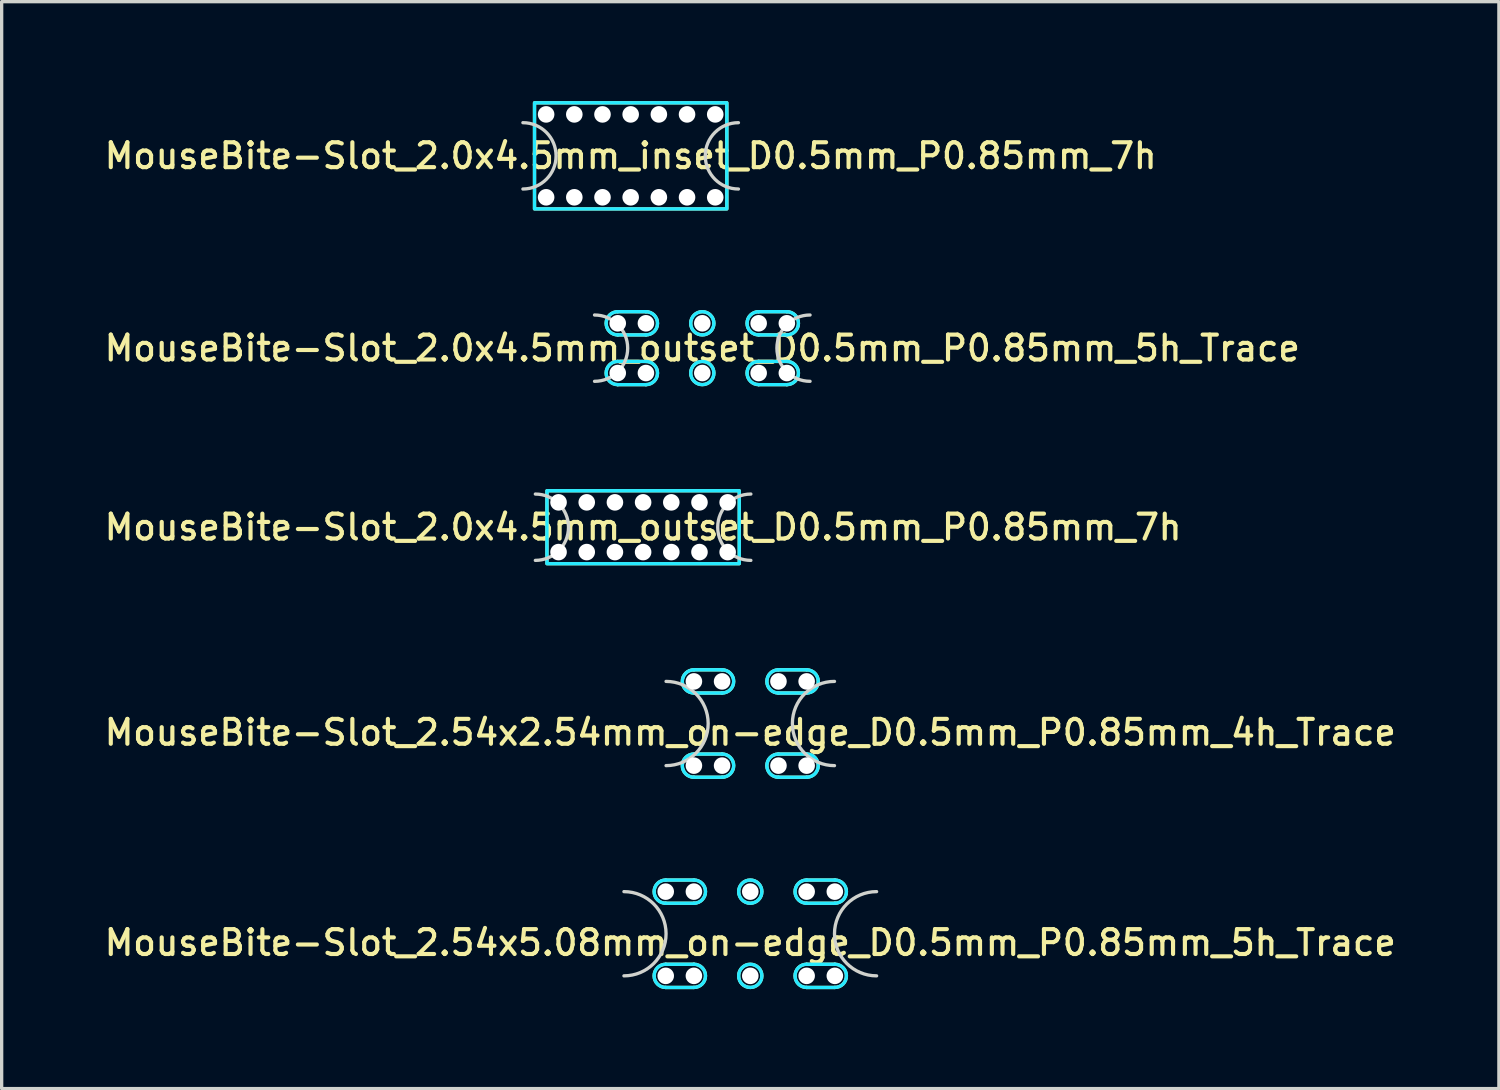
<source format=kicad_pcb>
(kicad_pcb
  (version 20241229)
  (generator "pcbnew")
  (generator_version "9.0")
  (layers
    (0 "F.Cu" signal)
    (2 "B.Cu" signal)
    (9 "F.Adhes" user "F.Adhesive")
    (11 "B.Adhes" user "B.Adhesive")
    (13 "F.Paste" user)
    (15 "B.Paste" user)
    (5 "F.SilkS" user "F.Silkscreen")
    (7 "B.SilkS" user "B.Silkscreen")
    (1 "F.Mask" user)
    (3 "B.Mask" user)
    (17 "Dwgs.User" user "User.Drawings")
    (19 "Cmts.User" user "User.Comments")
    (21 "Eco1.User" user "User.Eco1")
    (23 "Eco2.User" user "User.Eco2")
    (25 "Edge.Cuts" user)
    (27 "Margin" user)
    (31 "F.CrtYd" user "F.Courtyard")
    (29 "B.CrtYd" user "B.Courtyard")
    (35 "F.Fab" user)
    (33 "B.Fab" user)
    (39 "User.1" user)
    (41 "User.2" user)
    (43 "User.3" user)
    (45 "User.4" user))
  (footprint "MouseBite-Slot_2.54x2.54mm_on-edge_D0.5mm_P0.85mm_4h_Trace"
    (layer "F.Cu")
    (at 19.577 20.04)
    (property "Reference" "MouseBite-Slot_2.54x2.54mm_on-edge_D0.5mm_P0.85mm_4h_Trace" (at 0 -1 0) (layer "F.SilkS") (effects (font (size 0.75 0.75) (thickness 0.125))))
    (attr board_only exclude_from_pos_files exclude_from_bom dnp)
    (fp_line (start -1.7 -2.19) (end -0.85 -2.19) (stroke (width 0.1) (type solid)) (layer "F.SilkS"))
    (fp_line (start -1.7 0.35) (end -0.85 0.35) (stroke (width 0.1) (type solid)) (layer "F.SilkS"))
    (fp_line (start -0.85 -2.89) (end -1.7 -2.89) (stroke (width 0.1) (type solid)) (layer "F.SilkS"))
    (fp_line (start -0.85 -0.35) (end -1.7 -0.35) (stroke (width 0.1) (type solid)) (layer "F.SilkS"))
    (fp_line (start 0.85 -2.19) (end 1.7 -2.19) (stroke (width 0.1) (type solid)) (layer "F.SilkS"))
    (fp_line (start 0.85 0.35) (end 1.7 0.35) (stroke (width 0.1) (type solid)) (layer "F.SilkS"))
    (fp_line (start 1.7 -2.89) (end 0.85 -2.89) (stroke (width 0.1) (type solid)) (layer "F.SilkS"))
    (fp_line (start 1.7 -0.35) (end 0.85 -0.35) (stroke (width 0.1) (type solid)) (layer "F.SilkS"))
    (fp_arc (start -1.7 -2.19) (mid -2.05 -2.54) (end -1.7 -2.89) (stroke (width 0.1) (type solid)) (layer "F.SilkS"))
    (fp_arc (start -1.7 0.35) (mid -2.05 0) (end -1.7 -0.35) (stroke (width 0.1) (type solid)) (layer "F.SilkS"))
    (fp_arc (start -0.85 -2.89) (mid -0.5 -2.54) (end -0.85 -2.19) (stroke (width 0.1) (type solid)) (layer "F.SilkS"))
    (fp_arc (start -0.85 -0.35) (mid -0.5 0) (end -0.85 0.35) (stroke (width 0.1) (type solid)) (layer "F.SilkS"))
    (fp_arc (start 0.85 -2.19) (mid 0.5 -2.54) (end 0.85 -2.89) (stroke (width 0.1) (type solid)) (layer "F.SilkS"))
    (fp_arc (start 0.85 0.35) (mid 0.5 0) (end 0.85 -0.35) (stroke (width 0.1) (type solid)) (layer "F.SilkS"))
    (fp_arc (start 1.7 -2.89) (mid 2.05 -2.54) (end 1.7 -2.19) (stroke (width 0.1) (type solid)) (layer "F.SilkS"))
    (fp_arc (start 1.7 -0.35) (mid 2.05 0) (end 1.7 0.35) (stroke (width 0.1) (type solid)) (layer "F.SilkS"))
    (fp_arc (start -2.54 -2.54) (mid -1.27 -1.27) (end -2.54 0) (stroke (width 0.1) (type solid)) (layer "Edge.Cuts"))
    (fp_arc (start 2.54 0) (mid 1.27 -1.27) (end 2.54 -2.54) (stroke (width 0.1) (type solid)) (layer "Edge.Cuts"))
    (fp_line (start -1.7 -2.19) (end -0.85 -2.19) (stroke (width 0.1) (type solid)) (layer "B.CrtYd"))
    (fp_line (start -1.7 0.35) (end -0.85 0.35) (stroke (width 0.1) (type solid)) (layer "B.CrtYd"))
    (fp_line (start -0.85 -2.89) (end -1.7 -2.89) (stroke (width 0.1) (type solid)) (layer "B.CrtYd"))
    (fp_line (start -0.85 -0.35) (end -1.7 -0.35) (stroke (width 0.1) (type solid)) (layer "B.CrtYd"))
    (fp_line (start 0.85 -2.19) (end 1.7 -2.19) (stroke (width 0.1) (type solid)) (layer "B.CrtYd"))
    (fp_line (start 0.85 0.35) (end 1.7 0.35) (stroke (width 0.1) (type solid)) (layer "B.CrtYd"))
    (fp_line (start 1.7 -2.89) (end 0.85 -2.89) (stroke (width 0.1) (type solid)) (layer "B.CrtYd"))
    (fp_line (start 1.7 -0.35) (end 0.85 -0.35) (stroke (width 0.1) (type solid)) (layer "B.CrtYd"))
    (fp_arc (start -1.7 -2.19) (mid -2.05 -2.54) (end -1.7 -2.89) (stroke (width 0.1) (type solid)) (layer "B.CrtYd"))
    (fp_arc (start -1.7 0.35) (mid -2.05 0) (end -1.7 -0.35) (stroke (width 0.1) (type solid)) (layer "B.CrtYd"))
    (fp_arc (start -0.85 -2.89) (mid -0.5 -2.54) (end -0.85 -2.19) (stroke (width 0.1) (type solid)) (layer "B.CrtYd"))
    (fp_arc (start -0.85 -0.35) (mid -0.5 0) (end -0.85 0.35) (stroke (width 0.1) (type solid)) (layer "B.CrtYd"))
    (fp_arc (start 0.85 -2.19) (mid 0.5 -2.54) (end 0.85 -2.89) (stroke (width 0.1) (type solid)) (layer "B.CrtYd"))
    (fp_arc (start 0.85 0.35) (mid 0.5 0) (end 0.85 -0.35) (stroke (width 0.1) (type solid)) (layer "B.CrtYd"))
    (fp_arc (start 1.7 -2.89) (mid 2.05 -2.54) (end 1.7 -2.19) (stroke (width 0.1) (type solid)) (layer "B.CrtYd"))
    (fp_arc (start 1.7 -0.35) (mid 2.05 0) (end 1.7 0.35) (stroke (width 0.1) (type solid)) (layer "B.CrtYd"))
    (pad "" np_thru_hole circle (at -1.7 -2.54) (size 0.5 0.5) (drill 0.5) (layers "*.Cu" "*.Mask"))
    (pad "" np_thru_hole circle (at -1.7 0 180) (size 0.5 0.5) (drill 0.5) (layers "*.Cu" "*.Mask"))
    (pad "" np_thru_hole circle (at -0.85 -2.54) (size 0.5 0.5) (drill 0.5) (layers "*.Cu" "*.Mask"))
    (pad "" np_thru_hole circle (at -0.85 0 180) (size 0.5 0.5) (drill 0.5) (layers "*.Cu" "*.Mask"))
    (pad "" np_thru_hole circle (at 0.85 -2.54) (size 0.5 0.5) (drill 0.5) (layers "*.Cu" "*.Mask"))
    (pad "" np_thru_hole circle (at 0.85 0 180) (size 0.5 0.5) (drill 0.5) (layers "*.Cu" "*.Mask"))
    (pad "" np_thru_hole circle (at 1.7 -2.54) (size 0.5 0.5) (drill 0.5) (layers "*.Cu" "*.Mask"))
    (pad "" np_thru_hole circle (at 1.7 0 180) (size 0.5 0.5) (drill 0.5) (layers "*.Cu" "*.Mask")))
  (footprint "MouseBite-Slot_2.54x5.08mm_on-edge_D0.5mm_P0.85mm_5h_Trace"
    (layer "F.Cu")
    (at 19.577 26.38)
    (property "Reference" "MouseBite-Slot_2.54x5.08mm_on-edge_D0.5mm_P0.85mm_5h_Trace" (at 0 -1 0) (layer "F.SilkS") (effects (font (size 0.75 0.75) (thickness 0.125))))
    (attr board_only exclude_from_pos_files exclude_from_bom dnp)
    (fp_line (start -2.55 -2.19) (end -1.7 -2.19) (stroke (width 0.1) (type solid)) (layer "F.SilkS"))
    (fp_line (start -2.55 0.35) (end -1.7 0.35) (stroke (width 0.1) (type solid)) (layer "F.SilkS"))
    (fp_line (start -1.7 -2.89) (end -2.55 -2.89) (stroke (width 0.1) (type solid)) (layer "F.SilkS"))
    (fp_line (start -1.7 -0.35) (end -2.55 -0.35) (stroke (width 0.1) (type solid)) (layer "F.SilkS"))
    (fp_line (start 1.7 -2.19) (end 2.55 -2.19) (stroke (width 0.1) (type solid)) (layer "F.SilkS"))
    (fp_line (start 1.7 0.35) (end 2.55 0.35) (stroke (width 0.1) (type solid)) (layer "F.SilkS"))
    (fp_line (start 2.55 -2.89) (end 1.7 -2.89) (stroke (width 0.1) (type solid)) (layer "F.SilkS"))
    (fp_line (start 2.55 -0.35) (end 1.7 -0.35) (stroke (width 0.1) (type solid)) (layer "F.SilkS"))
    (fp_arc (start -2.55 -2.19) (mid -2.9 -2.54) (end -2.55 -2.89) (stroke (width 0.1) (type solid)) (layer "F.SilkS"))
    (fp_arc (start -2.55 0.35) (mid -2.9 0) (end -2.55 -0.35) (stroke (width 0.1) (type solid)) (layer "F.SilkS"))
    (fp_arc (start -1.7 -2.89) (mid -1.35 -2.54) (end -1.7 -2.19) (stroke (width 0.1) (type solid)) (layer "F.SilkS"))
    (fp_arc (start -1.7 -0.35) (mid -1.35 0) (end -1.7 0.35) (stroke (width 0.1) (type solid)) (layer "F.SilkS"))
    (fp_arc (start 1.7 -2.19) (mid 1.35 -2.54) (end 1.7 -2.89) (stroke (width 0.1) (type solid)) (layer "F.SilkS"))
    (fp_arc (start 1.7 0.35) (mid 1.35 0) (end 1.7 -0.35) (stroke (width 0.1) (type solid)) (layer "F.SilkS"))
    (fp_arc (start 2.55 -2.89) (mid 2.9 -2.54) (end 2.55 -2.19) (stroke (width 0.1) (type solid)) (layer "F.SilkS"))
    (fp_arc (start 2.55 -0.35) (mid 2.9 0) (end 2.55 0.35) (stroke (width 0.1) (type solid)) (layer "F.SilkS"))
    (fp_circle (center 0 -2.54) (end -0.35 -2.54) (stroke (width 0.1) (type solid)) (fill no) (layer "F.SilkS"))
    (fp_circle (center 0 0) (end 0.35 0) (stroke (width 0.1) (type solid)) (fill no) (layer "F.SilkS"))
    (fp_arc (start -3.81 -2.54) (mid -2.54 -1.27) (end -3.81 0) (stroke (width 0.1) (type solid)) (layer "Edge.Cuts"))
    (fp_arc (start 3.81 0) (mid 2.54 -1.27) (end 3.81 -2.54) (stroke (width 0.1) (type solid)) (layer "Edge.Cuts"))
    (fp_line (start -2.55 -2.19) (end -1.7 -2.19) (stroke (width 0.1) (type solid)) (layer "B.CrtYd"))
    (fp_line (start -2.55 0.35) (end -1.7 0.35) (stroke (width 0.1) (type solid)) (layer "B.CrtYd"))
    (fp_line (start -1.7 -2.89) (end -2.55 -2.89) (stroke (width 0.1) (type solid)) (layer "B.CrtYd"))
    (fp_line (start -1.7 -0.35) (end -2.55 -0.35) (stroke (width 0.1) (type solid)) (layer "B.CrtYd"))
    (fp_line (start 1.7 -2.19) (end 2.55 -2.19) (stroke (width 0.1) (type solid)) (layer "B.CrtYd"))
    (fp_line (start 1.7 0.35) (end 2.55 0.35) (stroke (width 0.1) (type solid)) (layer "B.CrtYd"))
    (fp_line (start 2.55 -2.89) (end 1.7 -2.89) (stroke (width 0.1) (type solid)) (layer "B.CrtYd"))
    (fp_line (start 2.55 -0.35) (end 1.7 -0.35) (stroke (width 0.1) (type solid)) (layer "B.CrtYd"))
    (fp_arc (start -2.55 -2.19) (mid -2.9 -2.54) (end -2.55 -2.89) (stroke (width 0.1) (type solid)) (layer "B.CrtYd"))
    (fp_arc (start -2.55 0.35) (mid -2.9 0) (end -2.55 -0.35) (stroke (width 0.1) (type solid)) (layer "B.CrtYd"))
    (fp_arc (start -1.7 -2.89) (mid -1.35 -2.54) (end -1.7 -2.19) (stroke (width 0.1) (type solid)) (layer "B.CrtYd"))
    (fp_arc (start -1.7 -0.35) (mid -1.35 0) (end -1.7 0.35) (stroke (width 0.1) (type solid)) (layer "B.CrtYd"))
    (fp_arc (start 1.7 -2.19) (mid 1.35 -2.54) (end 1.7 -2.89) (stroke (width 0.1) (type solid)) (layer "B.CrtYd"))
    (fp_arc (start 1.7 0.35) (mid 1.35 0) (end 1.7 -0.35) (stroke (width 0.1) (type solid)) (layer "B.CrtYd"))
    (fp_arc (start 2.55 -2.89) (mid 2.9 -2.54) (end 2.55 -2.19) (stroke (width 0.1) (type solid)) (layer "B.CrtYd"))
    (fp_arc (start 2.55 -0.35) (mid 2.9 0) (end 2.55 0.35) (stroke (width 0.1) (type solid)) (layer "B.CrtYd"))
    (fp_circle (center 0 -2.54) (end -0.35 -2.54) (stroke (width 0.1) (type solid)) (fill no) (layer "B.CrtYd"))
    (fp_circle (center 0 0) (end 0.35 0) (stroke (width 0.1) (type solid)) (fill no) (layer "B.CrtYd"))
    (pad "" np_thru_hole circle (at -2.55 -2.54) (size 0.5 0.5) (drill 0.5) (layers "*.Cu" "*.Mask"))
    (pad "" np_thru_hole circle (at -2.55 0 180) (size 0.5 0.5) (drill 0.5) (layers "*.Cu" "*.Mask"))
    (pad "" np_thru_hole circle (at -1.7 -2.54) (size 0.5 0.5) (drill 0.5) (layers "*.Cu" "*.Mask"))
    (pad "" np_thru_hole circle (at -1.7 0 180) (size 0.5 0.5) (drill 0.5) (layers "*.Cu" "*.Mask"))
    (pad "" np_thru_hole circle (at 0 -2.54) (size 0.5 0.5) (drill 0.5) (layers "*.Cu" "*.Mask"))
    (pad "" np_thru_hole circle (at 0 0 180) (size 0.5 0.5) (drill 0.5) (layers "*.Cu" "*.Mask"))
    (pad "" np_thru_hole circle (at 1.7 -2.54) (size 0.5 0.5) (drill 0.5) (layers "*.Cu" "*.Mask"))
    (pad "" np_thru_hole circle (at 1.7 0 180) (size 0.5 0.5) (drill 0.5) (layers "*.Cu" "*.Mask"))
    (pad "" np_thru_hole circle (at 2.55 -2.54) (size 0.5 0.5) (drill 0.5) (layers "*.Cu" "*.Mask"))
    (pad "" np_thru_hole circle (at 2.55 0 180) (size 0.5 0.5) (drill 0.5) (layers "*.Cu" "*.Mask")))
  (footprint "MouseBite-Slot_2.0x4.5mm_outset_D0.5mm_P0.85mm_5h_Trace"
    (layer "F.Cu")
    (at 18.13 8.45)
    (property "Reference" "MouseBite-Slot_2.0x4.5mm_outset_D0.5mm_P0.85mm_5h_Trace" (at 0 -1 0) (layer "F.SilkS") (effects (font (size 0.75 0.75) (thickness 0.125))))
    (attr board_only exclude_from_pos_files exclude_from_bom dnp)
    (fp_line (start -2.55 -1.4) (end -1.7 -1.4) (stroke (width 0.1) (type solid)) (layer "F.SilkS"))
    (fp_line (start -2.55 0.1) (end -1.7 0.1) (stroke (width 0.1) (type solid)) (layer "F.SilkS"))
    (fp_line (start -1.7 -2.1) (end -2.55 -2.1) (stroke (width 0.1) (type solid)) (layer "F.SilkS"))
    (fp_line (start -1.7 -0.6) (end -2.55 -0.6) (stroke (width 0.1) (type solid)) (layer "F.SilkS"))
    (fp_line (start 1.7 -1.4) (end 2.55 -1.4) (stroke (width 0.1) (type solid)) (layer "F.SilkS"))
    (fp_line (start 1.7 0.1) (end 2.55 0.1) (stroke (width 0.1) (type solid)) (layer "F.SilkS"))
    (fp_line (start 2.55 -2.1) (end 1.7 -2.1) (stroke (width 0.1) (type solid)) (layer "F.SilkS"))
    (fp_line (start 2.55 -0.6) (end 1.7 -0.6) (stroke (width 0.1) (type solid)) (layer "F.SilkS"))
    (fp_arc (start -2.55 -1.4) (mid -2.9 -1.75) (end -2.55 -2.1) (stroke (width 0.1) (type solid)) (layer "F.SilkS"))
    (fp_arc (start -2.55 0.1) (mid -2.9 -0.25) (end -2.55 -0.6) (stroke (width 0.1) (type solid)) (layer "F.SilkS"))
    (fp_arc (start -1.7 -2.1) (mid -1.35 -1.75) (end -1.7 -1.4) (stroke (width 0.1) (type solid)) (layer "F.SilkS"))
    (fp_arc (start -1.7 -0.6) (mid -1.35 -0.25) (end -1.7 0.1) (stroke (width 0.1) (type solid)) (layer "F.SilkS"))
    (fp_arc (start 1.7 -1.4) (mid 1.35 -1.75) (end 1.7 -2.1) (stroke (width 0.1) (type solid)) (layer "F.SilkS"))
    (fp_arc (start 1.7 0.1) (mid 1.35 -0.25) (end 1.7 -0.6) (stroke (width 0.1) (type solid)) (layer "F.SilkS"))
    (fp_arc (start 2.55 -2.1) (mid 2.9 -1.75) (end 2.55 -1.4) (stroke (width 0.1) (type solid)) (layer "F.SilkS"))
    (fp_arc (start 2.55 -0.6) (mid 2.9 -0.25) (end 2.55 0.1) (stroke (width 0.1) (type solid)) (layer "F.SilkS"))
    (fp_circle (center 0 -1.75) (end 0.35 -1.75) (stroke (width 0.1) (type solid)) (fill no) (layer "F.SilkS"))
    (fp_circle (center 0 -0.25) (end 0.35 -0.25) (stroke (width 0.1) (type solid)) (fill no) (layer "F.SilkS"))
    (fp_arc (start -3.25 -2) (mid -2.25 -1) (end -3.25 0) (stroke (width 0.1) (type solid)) (layer "Edge.Cuts"))
    (fp_arc (start 3.25 0) (mid 2.25 -1) (end 3.25 -2) (stroke (width 0.1) (type solid)) (layer "Edge.Cuts"))
    (fp_line (start -2.55 -1.4) (end -1.7 -1.4) (stroke (width 0.1) (type solid)) (layer "B.CrtYd"))
    (fp_line (start -2.55 0.1) (end -1.7 0.1) (stroke (width 0.1) (type solid)) (layer "B.CrtYd"))
    (fp_line (start -1.7 -2.1) (end -2.55 -2.1) (stroke (width 0.1) (type solid)) (layer "B.CrtYd"))
    (fp_line (start -1.7 -0.6) (end -2.55 -0.6) (stroke (width 0.1) (type solid)) (layer "B.CrtYd"))
    (fp_line (start 1.7 -1.4) (end 2.55 -1.4) (stroke (width 0.1) (type solid)) (layer "B.CrtYd"))
    (fp_line (start 1.7 0.1) (end 2.55 0.1) (stroke (width 0.1) (type solid)) (layer "B.CrtYd"))
    (fp_line (start 2.55 -2.1) (end 1.7 -2.1) (stroke (width 0.1) (type solid)) (layer "B.CrtYd"))
    (fp_line (start 2.55 -0.6) (end 1.7 -0.6) (stroke (width 0.1) (type solid)) (layer "B.CrtYd"))
    (fp_arc (start -2.55 -1.4) (mid -2.9 -1.75) (end -2.55 -2.1) (stroke (width 0.1) (type solid)) (layer "B.CrtYd"))
    (fp_arc (start -2.55 0.1) (mid -2.9 -0.25) (end -2.55 -0.6) (stroke (width 0.1) (type solid)) (layer "B.CrtYd"))
    (fp_arc (start -1.7 -2.1) (mid -1.35 -1.75) (end -1.7 -1.4) (stroke (width 0.1) (type solid)) (layer "B.CrtYd"))
    (fp_arc (start -1.7 -0.6) (mid -1.35 -0.25) (end -1.7 0.1) (stroke (width 0.1) (type solid)) (layer "B.CrtYd"))
    (fp_arc (start 1.7 -1.4) (mid 1.35 -1.75) (end 1.7 -2.1) (stroke (width 0.1) (type solid)) (layer "B.CrtYd"))
    (fp_arc (start 1.7 0.1) (mid 1.35 -0.25) (end 1.7 -0.6) (stroke (width 0.1) (type solid)) (layer "B.CrtYd"))
    (fp_arc (start 2.55 -2.1) (mid 2.9 -1.75) (end 2.55 -1.4) (stroke (width 0.1) (type solid)) (layer "B.CrtYd"))
    (fp_arc (start 2.55 -0.6) (mid 2.9 -0.25) (end 2.55 0.1) (stroke (width 0.1) (type solid)) (layer "B.CrtYd"))
    (fp_circle (center 0 -1.75) (end 0.35 -1.75) (stroke (width 0.1) (type solid)) (fill no) (layer "B.CrtYd"))
    (fp_circle (center 0 -0.25) (end 0.35 -0.25) (stroke (width 0.1) (type solid)) (fill no) (layer "B.CrtYd"))
    (pad "" np_thru_hole circle (at -2.55 -1.75 180) (size 0.5 0.5) (drill 0.5) (layers "*.Cu" "*.Mask"))
    (pad "" np_thru_hole circle (at -2.55 -0.25 180) (size 0.5 0.5) (drill 0.5) (layers "*.Cu" "*.Mask"))
    (pad "" np_thru_hole circle (at -1.7 -1.75 180) (size 0.5 0.5) (drill 0.5) (layers "*.Cu" "*.Mask"))
    (pad "" np_thru_hole circle (at -1.7 -0.25 180) (size 0.5 0.5) (drill 0.5) (layers "*.Cu" "*.Mask"))
    (pad "" np_thru_hole circle (at 0 -1.75 180) (size 0.5 0.5) (drill 0.5) (layers "*.Cu" "*.Mask"))
    (pad "" np_thru_hole circle (at 0 -0.25 180) (size 0.5 0.5) (drill 0.5) (layers "*.Cu" "*.Mask"))
    (pad "" np_thru_hole circle (at 1.7 -1.75 180) (size 0.5 0.5) (drill 0.5) (layers "*.Cu" "*.Mask"))
    (pad "" np_thru_hole circle (at 1.7 -0.25 180) (size 0.5 0.5) (drill 0.5) (layers "*.Cu" "*.Mask"))
    (pad "" np_thru_hole circle (at 2.55 -1.75 180) (size 0.5 0.5) (drill 0.5) (layers "*.Cu" "*.Mask"))
    (pad "" np_thru_hole circle (at 2.55 -0.25 180) (size 0.5 0.5) (drill 0.5) (layers "*.Cu" "*.Mask")))
  (footprint "MouseBite-Slot_2.0x4.5mm_outset_D0.5mm_P0.85mm_7h"
    (layer "F.Cu")
    (at 16.345 13.85)
    (property "Reference" "MouseBite-Slot_2.0x4.5mm_outset_D0.5mm_P0.85mm_7h" (at 0 -1 0) (layer "F.SilkS") (effects (font (size 0.75 0.75) (thickness 0.125))))
    (attr board_only exclude_from_pos_files exclude_from_bom dnp)
    (fp_rect (start -2.9 -2.1) (end 2.9 0.1) (stroke (width 0.1) (type solid)) (fill no) (layer "F.SilkS"))
    (fp_arc (start -3.25 -2) (mid -2.25 -1) (end -3.25 0) (stroke (width 0.1) (type solid)) (layer "Edge.Cuts"))
    (fp_arc (start 3.25 0) (mid 2.25 -1) (end 3.25 -2) (stroke (width 0.1) (type solid)) (layer "Edge.Cuts"))
    (fp_rect (start -2.9 -2.1) (end 2.9 0.1) (stroke (width 0.1) (type solid)) (fill no) (layer "B.CrtYd"))
    (pad "" np_thru_hole circle (at -2.55 -1.75 180) (size 0.5 0.5) (drill 0.5) (layers "*.Cu" "*.Mask"))
    (pad "" np_thru_hole circle (at -2.55 -0.25 180) (size 0.5 0.5) (drill 0.5) (layers "*.Cu" "*.Mask"))
    (pad "" np_thru_hole circle (at -1.7 -1.75 180) (size 0.5 0.5) (drill 0.5) (layers "*.Cu" "*.Mask"))
    (pad "" np_thru_hole circle (at -1.7 -0.25 180) (size 0.5 0.5) (drill 0.5) (layers "*.Cu" "*.Mask"))
    (pad "" np_thru_hole circle (at -0.85 -1.75 180) (size 0.5 0.5) (drill 0.5) (layers "*.Cu" "*.Mask"))
    (pad "" np_thru_hole circle (at -0.85 -0.25 180) (size 0.5 0.5) (drill 0.5) (layers "*.Cu" "*.Mask"))
    (pad "" np_thru_hole circle (at 0 -1.75 180) (size 0.5 0.5) (drill 0.5) (layers "*.Cu" "*.Mask"))
    (pad "" np_thru_hole circle (at 0 -0.25 180) (size 0.5 0.5) (drill 0.5) (layers "*.Cu" "*.Mask"))
    (pad "" np_thru_hole circle (at 0.85 -1.75 180) (size 0.5 0.5) (drill 0.5) (layers "*.Cu" "*.Mask"))
    (pad "" np_thru_hole circle (at 0.85 -0.25 180) (size 0.5 0.5) (drill 0.5) (layers "*.Cu" "*.Mask"))
    (pad "" np_thru_hole circle (at 1.7 -1.75 180) (size 0.5 0.5) (drill 0.5) (layers "*.Cu" "*.Mask"))
    (pad "" np_thru_hole circle (at 1.7 -0.25 180) (size 0.5 0.5) (drill 0.5) (layers "*.Cu" "*.Mask"))
    (pad "" np_thru_hole circle (at 2.55 -1.75 180) (size 0.5 0.5) (drill 0.5) (layers "*.Cu" "*.Mask"))
    (pad "" np_thru_hole circle (at 2.55 -0.25 180) (size 0.5 0.5) (drill 0.5) (layers "*.Cu" "*.Mask")))
  (footprint "MouseBite-Slot_2.0x4.5mm_inset_D0.5mm_P0.85mm_7h"
    (layer "F.Cu")
    (at 15.97 2.65)
    (property "Reference" "MouseBite-Slot_2.0x4.5mm_inset_D0.5mm_P0.85mm_7h" (at 0 -1 0) (layer "F.SilkS") (effects (font (size 0.75 0.75) (thickness 0.125))))
    (attr board_only exclude_from_pos_files exclude_from_bom dnp)
    (fp_rect (start -2.9 -2.6) (end 2.9 0.6) (stroke (width 0.1) (type solid)) (fill no) (layer "F.SilkS"))
    (fp_arc (start -3.25 -2) (mid -2.25 -1) (end -3.25 0) (stroke (width 0.1) (type solid)) (layer "Edge.Cuts"))
    (fp_arc (start 3.25 0) (mid 2.25 -1) (end 3.25 -2) (stroke (width 0.1) (type solid)) (layer "Edge.Cuts"))
    (fp_rect (start -2.9 -2.6) (end 2.9 0.6) (stroke (width 0.1) (type solid)) (fill no) (layer "B.CrtYd"))
    (pad "" np_thru_hole circle (at -2.55 -2.25) (size 0.5 0.5) (drill 0.5) (layers "*.Cu" "*.Mask"))
    (pad "" np_thru_hole circle (at -2.55 0.25 180) (size 0.5 0.5) (drill 0.5) (layers "*.Cu" "*.Mask"))
    (pad "" np_thru_hole circle (at -1.7 -2.25) (size 0.5 0.5) (drill 0.5) (layers "*.Cu" "*.Mask"))
    (pad "" np_thru_hole circle (at -1.7 0.25 180) (size 0.5 0.5) (drill 0.5) (layers "*.Cu" "*.Mask"))
    (pad "" np_thru_hole circle (at -0.85 -2.25) (size 0.5 0.5) (drill 0.5) (layers "*.Cu" "*.Mask"))
    (pad "" np_thru_hole circle (at -0.85 0.25 180) (size 0.5 0.5) (drill 0.5) (layers "*.Cu" "*.Mask"))
    (pad "" np_thru_hole circle (at 0 -2.25) (size 0.5 0.5) (drill 0.5) (layers "*.Cu" "*.Mask"))
    (pad "" np_thru_hole circle (at 0 0.25 180) (size 0.5 0.5) (drill 0.5) (layers "*.Cu" "*.Mask"))
    (pad "" np_thru_hole circle (at 0.85 -2.25) (size 0.5 0.5) (drill 0.5) (layers "*.Cu" "*.Mask"))
    (pad "" np_thru_hole circle (at 0.85 0.25 180) (size 0.5 0.5) (drill 0.5) (layers "*.Cu" "*.Mask"))
    (pad "" np_thru_hole circle (at 1.7 -2.25) (size 0.5 0.5) (drill 0.5) (layers "*.Cu" "*.Mask"))
    (pad "" np_thru_hole circle (at 1.7 0.25 180) (size 0.5 0.5) (drill 0.5) (layers "*.Cu" "*.Mask"))
    (pad "" np_thru_hole circle (at 2.55 -2.25) (size 0.5 0.5) (drill 0.5) (layers "*.Cu" "*.Mask"))
    (pad "" np_thru_hole circle (at 2.55 0.25 180) (size 0.5 0.5) (drill 0.5) (layers "*.Cu" "*.Mask")))
  (gr_rect
    (start -3 -3)
    (end 42.154 29.78)
    (stroke (width 0.1) (type default))
    (fill no)
    (layer "Edge.Cuts")))
</source>
